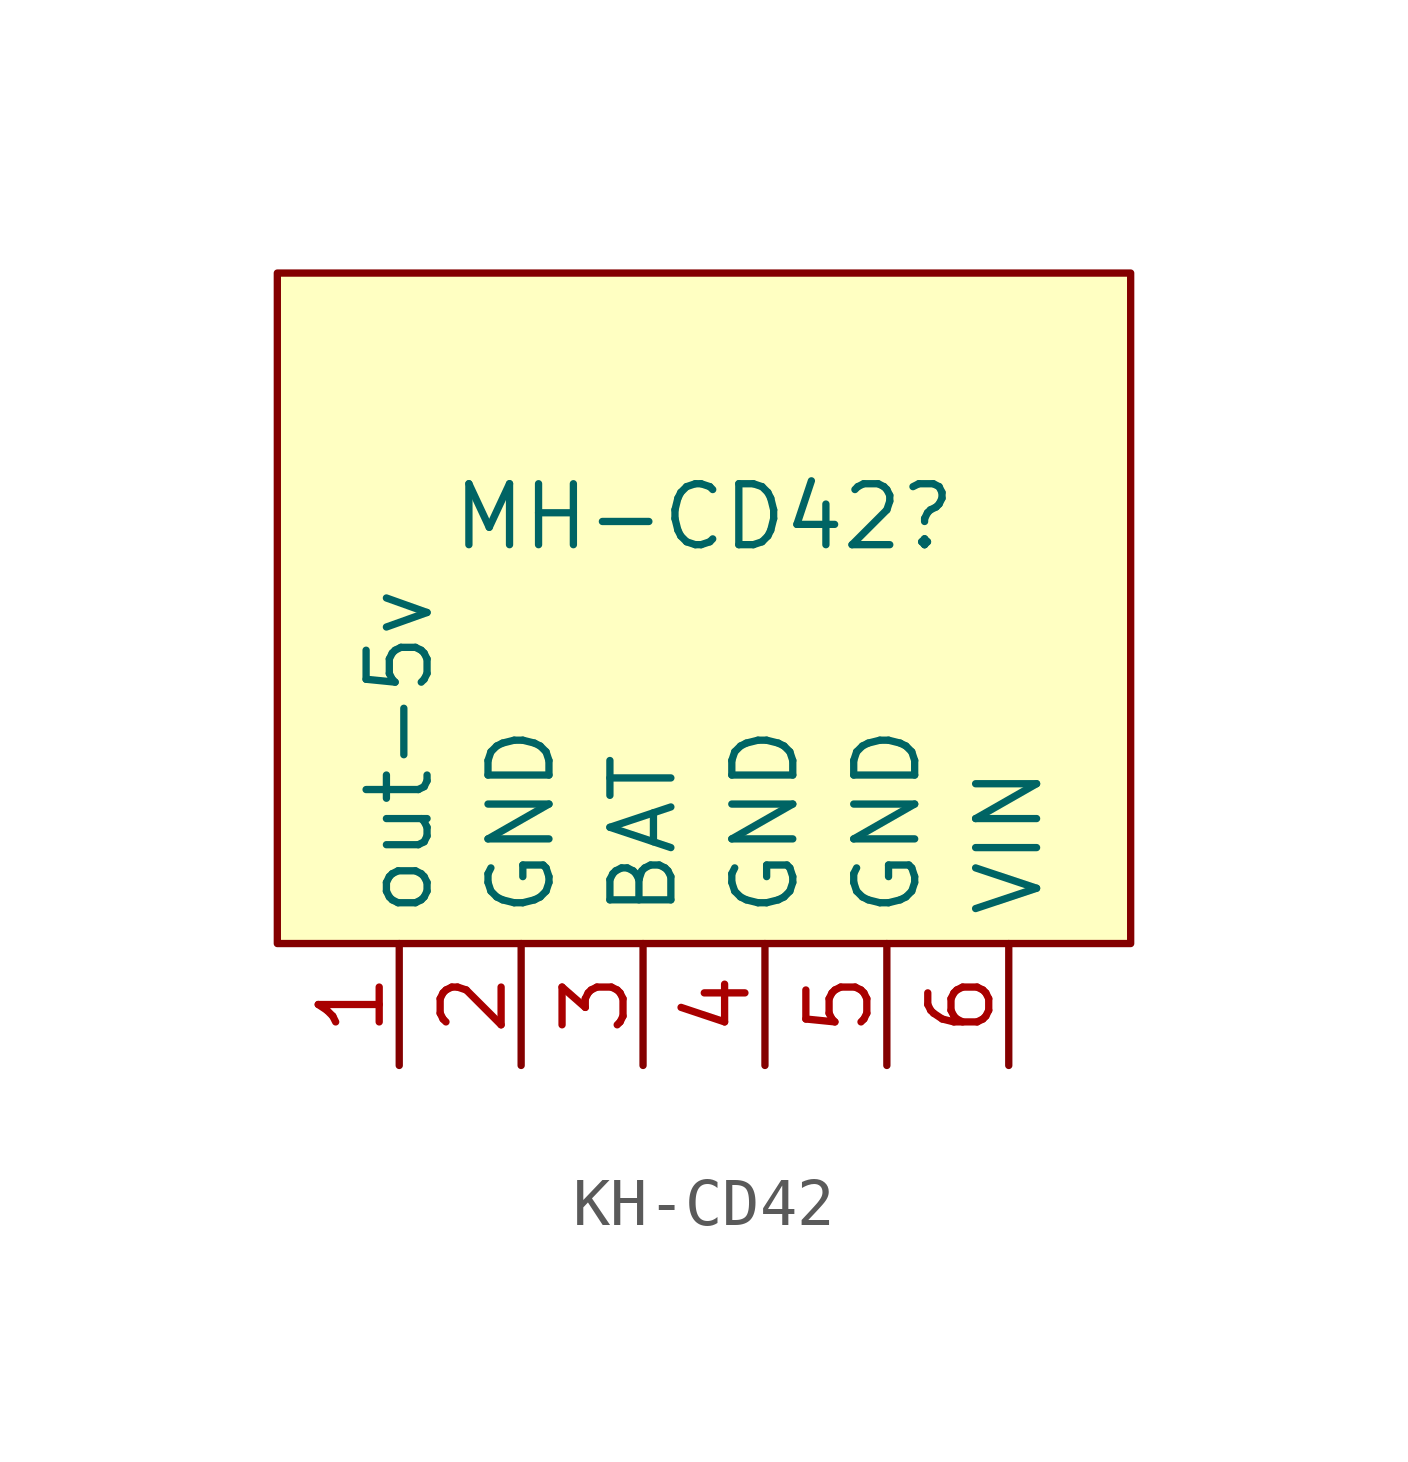
<source format=kicad_sym>
(kicad_symbol_lib
  (version 20220914)
  (generator kicad_symbol_editor)
  (symbol "KH-CD42"
    (property "Reference" "MH-CD42"
      (at 0 0 0)
      (effects (font (size 1.27 1.27))))
    (property "Value" ""
      (at -2.54 0 0)
      (effects (font (size 1.27 1.27))))
    (symbol "KH-CD42_1_1"
      (rectangle (start -8.89 5.08) (end 8.89 -8.89) (stroke (width 0) (type default)) (fill (type background)))
      (pin output line (at -6.35 -11.43 90) (length 2.54) (name "out-5v" (effects (font (size 1.27 1.27)))) (number "1" (effects (font (size 1.27 1.27)))))
      (pin input line (at -3.81 -11.43 90) (length 2.54) (name "GND" (effects (font (size 1.27 1.27)))) (number "2" (effects (font (size 1.27 1.27)))))
      (pin input line (at -1.27 -11.43 90) (length 2.54) (name "BAT" (effects (font (size 1.27 1.27)))) (number "3" (effects (font (size 1.27 1.27)))))
      (pin output line (at 1.27 -11.43 90) (length 2.54) (name "GND" (effects (font (size 1.27 1.27)))) (number "4" (effects (font (size 1.27 1.27)))))
      (pin output line (at 3.81 -11.43 90) (length 2.54) (name "GND" (effects (font (size 1.27 1.27)))) (number "5" (effects (font (size 1.27 1.27)))))
      (pin input line (at 6.35 -11.43 90) (length 2.54) (name "VIN" (effects (font (size 1.27 1.27)))) (number "6" (effects (font (size 1.27 1.27))))))))
</source>
